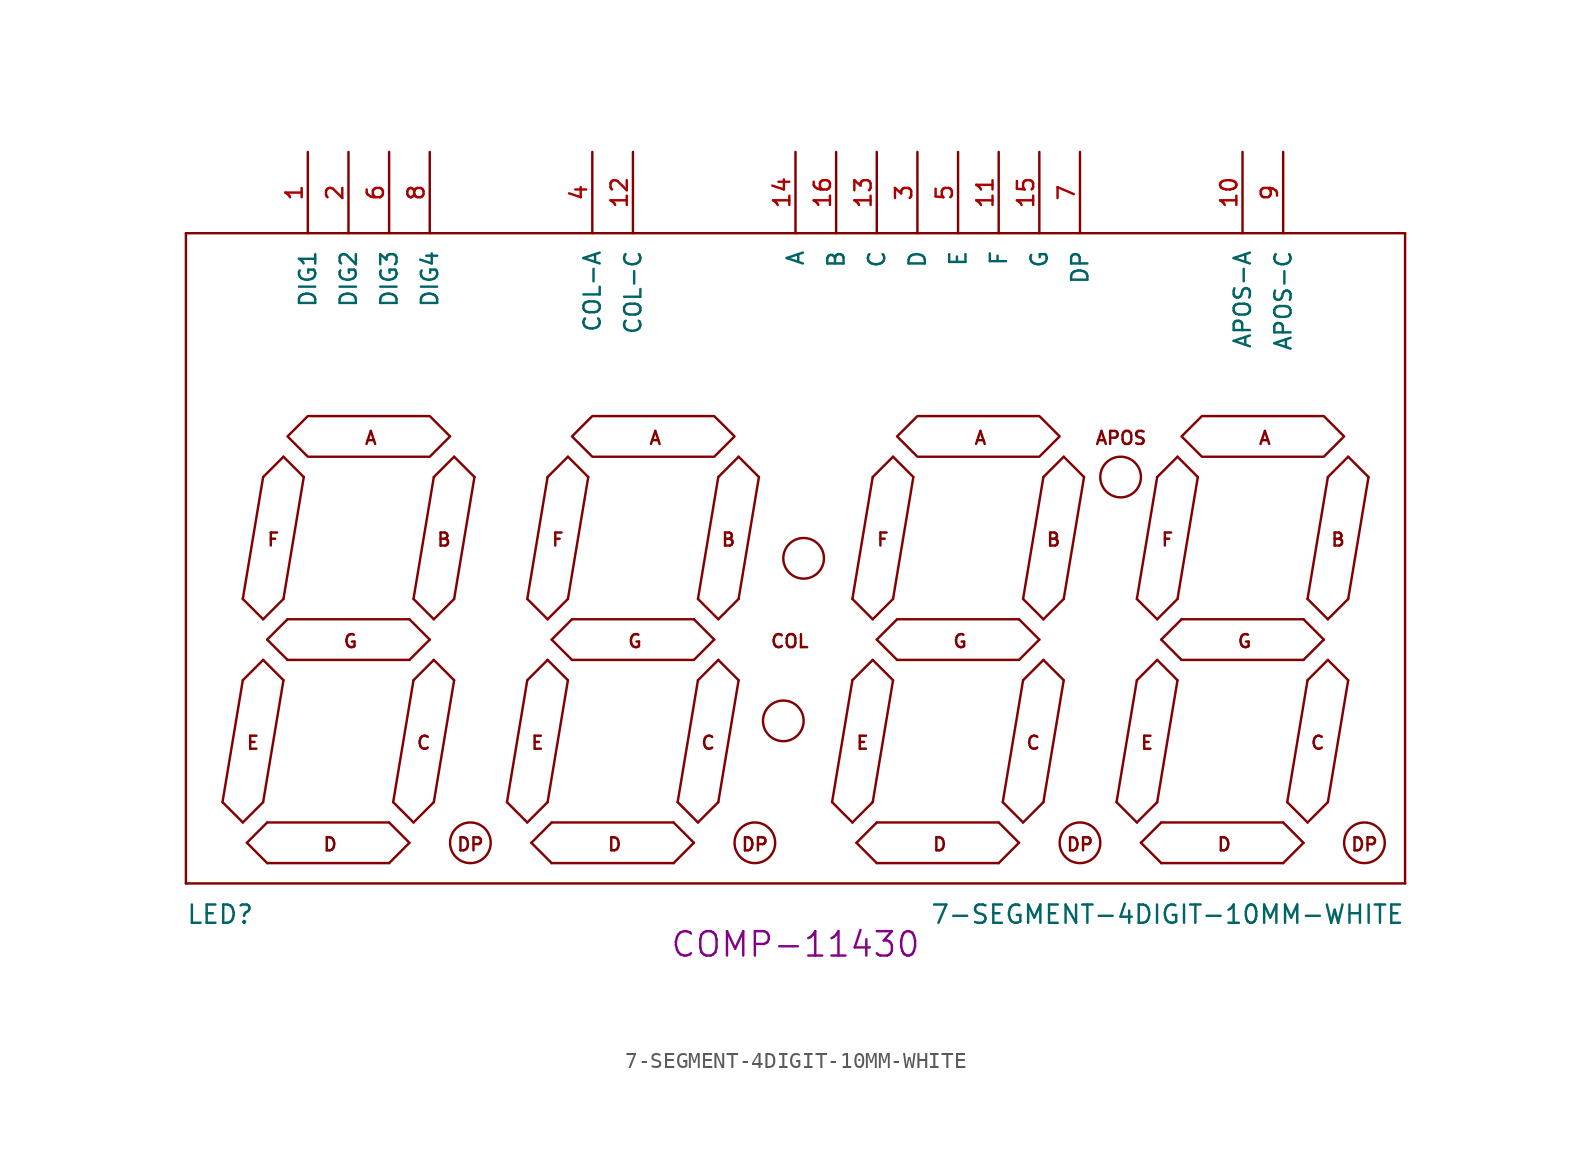
<source format=kicad_sym>
(kicad_symbol_lib
  (version 20211014)
  (generator kicad_symbol_editor)
  (symbol "7-SEGMENT-4DIGIT-10MM-WHITE"
    (pin_names
      (offset 1.016))
    (property "Reference" "LED"
      (at -38.1 -19.05 0)
      (effects (font (size 1.143 1.143)) (justify left top)))
    (property "Value" "7-SEGMENT-4DIGIT-10MM-WHITE"
      (at 38.1 -19.05 0)
      (effects (font (size 1.143 1.143)) (justify right top)))
    (property "Field4" "COMP-11430"
      (at 0 -21.59 0)
      (effects (font (size 1.524 1.524))))
    (property "ki_locked" ""
      (at 0 0 0)
      (effects (font (size 1.27 1.27))))
    (symbol "7-SEGMENT-4DIGIT-10MM-WHITE_1_0"
      (polyline (pts (xy -38.1 -17.78) (xy -38.1 22.86)) (stroke (width 0) (type default) (color 0 0 0 0)) (fill (type none)))
      (polyline (pts (xy -35.814 -12.7) (xy -34.544 -13.97)) (stroke (width 0) (type default) (color 0 0 0 0)) (fill (type none)))
      (polyline (pts (xy -34.544 -13.97) (xy -33.274 -12.7)) (stroke (width 0) (type default) (color 0 0 0 0)) (fill (type none)))
      (polyline (pts (xy -34.544 -5.08) (xy -35.814 -12.7)) (stroke (width 0) (type default) (color 0 0 0 0)) (fill (type none)))
      (polyline (pts (xy -34.544 0) (xy -33.274 -1.27)) (stroke (width 0) (type default) (color 0 0 0 0)) (fill (type none)))
      (polyline (pts (xy -34.29 -15.24) (xy -33.02 -16.51)) (stroke (width 0) (type default) (color 0 0 0 0)) (fill (type none)))
      (polyline (pts (xy -34.29 -15.24) (xy -33.02 -13.97)) (stroke (width 0) (type default) (color 0 0 0 0)) (fill (type none)))
      (polyline (pts (xy -33.274 -12.7) (xy -32.004 -5.08)) (stroke (width 0) (type default) (color 0 0 0 0)) (fill (type none)))
      (polyline (pts (xy -33.274 -3.81) (xy -34.544 -5.08)) (stroke (width 0) (type default) (color 0 0 0 0)) (fill (type none)))
      (polyline (pts (xy -33.274 -3.81) (xy -32.004 -5.08)) (stroke (width 0) (type default) (color 0 0 0 0)) (fill (type none)))
      (polyline (pts (xy -33.274 -1.27) (xy -32.004 0)) (stroke (width 0) (type default) (color 0 0 0 0)) (fill (type none)))
      (polyline (pts (xy -33.274 7.62) (xy -34.544 0)) (stroke (width 0) (type default) (color 0 0 0 0)) (fill (type none)))
      (polyline (pts (xy -33.02 -16.51) (xy -25.4 -16.51)) (stroke (width 0) (type default) (color 0 0 0 0)) (fill (type none)))
      (polyline (pts (xy -33.02 -2.54) (xy -31.75 -3.81)) (stroke (width 0) (type default) (color 0 0 0 0)) (fill (type none)))
      (polyline (pts (xy -33.02 -2.54) (xy -31.75 -1.27)) (stroke (width 0) (type default) (color 0 0 0 0)) (fill (type none)))
      (polyline (pts (xy -32.004 0) (xy -30.734 7.62)) (stroke (width 0) (type default) (color 0 0 0 0)) (fill (type none)))
      (polyline (pts (xy -32.004 8.89) (xy -33.274 7.62)) (stroke (width 0) (type default) (color 0 0 0 0)) (fill (type none)))
      (polyline (pts (xy -32.004 8.89) (xy -30.734 7.62)) (stroke (width 0) (type default) (color 0 0 0 0)) (fill (type none)))
      (polyline (pts (xy -31.75 -3.81) (xy -24.13 -3.81)) (stroke (width 0) (type default) (color 0 0 0 0)) (fill (type none)))
      (polyline (pts (xy -25.4 -16.51) (xy -24.13 -15.24)) (stroke (width 0) (type default) (color 0 0 0 0)) (fill (type none)))
      (polyline (pts (xy -25.4 -13.97) (xy -33.02 -13.97)) (stroke (width 0) (type default) (color 0 0 0 0)) (fill (type none)))
      (polyline (pts (xy -25.146 -12.7) (xy -23.876 -13.97)) (stroke (width 0) (type default) (color 0 0 0 0)) (fill (type none)))
      (polyline (pts (xy -24.13 -15.24) (xy -25.4 -13.97)) (stroke (width 0) (type default) (color 0 0 0 0)) (fill (type none)))
      (polyline (pts (xy -24.13 -3.81) (xy -22.86 -2.54)) (stroke (width 0) (type default) (color 0 0 0 0)) (fill (type none)))
      (polyline (pts (xy -24.13 -1.27) (xy -31.75 -1.27)) (stroke (width 0) (type default) (color 0 0 0 0)) (fill (type none)))
      (polyline (pts (xy -23.876 -13.97) (xy -22.606 -12.7)) (stroke (width 0) (type default) (color 0 0 0 0)) (fill (type none)))
      (polyline (pts (xy -23.876 -5.08) (xy -25.146 -12.7)) (stroke (width 0) (type default) (color 0 0 0 0)) (fill (type none)))
      (polyline (pts (xy -23.876 0) (xy -22.606 -1.27)) (stroke (width 0) (type default) (color 0 0 0 0)) (fill (type none)))
      (polyline (pts (xy -22.86 -2.54) (xy -24.13 -1.27)) (stroke (width 0) (type default) (color 0 0 0 0)) (fill (type none)))
      (polyline (pts (xy -22.606 -12.7) (xy -21.336 -5.08)) (stroke (width 0) (type default) (color 0 0 0 0)) (fill (type none)))
      (polyline (pts (xy -22.606 -3.81) (xy -23.876 -5.08)) (stroke (width 0) (type default) (color 0 0 0 0)) (fill (type none)))
      (polyline (pts (xy -22.606 -3.81) (xy -21.336 -5.08)) (stroke (width 0) (type default) (color 0 0 0 0)) (fill (type none)))
      (polyline (pts (xy -22.606 -1.27) (xy -21.336 0)) (stroke (width 0) (type default) (color 0 0 0 0)) (fill (type none)))
      (polyline (pts (xy -22.606 7.62) (xy -23.876 0)) (stroke (width 0) (type default) (color 0 0 0 0)) (fill (type none)))
      (polyline (pts (xy -21.336 0) (xy -20.066 7.62)) (stroke (width 0) (type default) (color 0 0 0 0)) (fill (type none)))
      (polyline (pts (xy -21.336 8.89) (xy -22.606 7.62)) (stroke (width 0) (type default) (color 0 0 0 0)) (fill (type none)))
      (polyline (pts (xy -21.336 8.89) (xy -20.066 7.62)) (stroke (width 0) (type default) (color 0 0 0 0)) (fill (type none)))
      (polyline (pts (xy -18.034 -12.7) (xy -16.764 -13.97)) (stroke (width 0) (type default) (color 0 0 0 0)) (fill (type none)))
      (polyline (pts (xy -16.764 -13.97) (xy -15.494 -12.7)) (stroke (width 0) (type default) (color 0 0 0 0)) (fill (type none)))
      (polyline (pts (xy -16.764 -5.08) (xy -18.034 -12.7)) (stroke (width 0) (type default) (color 0 0 0 0)) (fill (type none)))
      (polyline (pts (xy -16.764 0) (xy -15.494 -1.27)) (stroke (width 0) (type default) (color 0 0 0 0)) (fill (type none)))
      (polyline (pts (xy -16.51 -15.24) (xy -15.24 -16.51)) (stroke (width 0) (type default) (color 0 0 0 0)) (fill (type none)))
      (polyline (pts (xy -16.51 -15.24) (xy -15.24 -13.97)) (stroke (width 0) (type default) (color 0 0 0 0)) (fill (type none)))
      (polyline (pts (xy -15.494 -12.7) (xy -14.224 -5.08)) (stroke (width 0) (type default) (color 0 0 0 0)) (fill (type none)))
      (polyline (pts (xy -15.494 -3.81) (xy -16.764 -5.08)) (stroke (width 0) (type default) (color 0 0 0 0)) (fill (type none)))
      (polyline (pts (xy -15.494 -3.81) (xy -14.224 -5.08)) (stroke (width 0) (type default) (color 0 0 0 0)) (fill (type none)))
      (polyline (pts (xy -15.494 -1.27) (xy -14.224 0)) (stroke (width 0) (type default) (color 0 0 0 0)) (fill (type none)))
      (polyline (pts (xy -15.494 7.62) (xy -16.764 0)) (stroke (width 0) (type default) (color 0 0 0 0)) (fill (type none)))
      (polyline (pts (xy -15.24 -16.51) (xy -7.62 -16.51)) (stroke (width 0) (type default) (color 0 0 0 0)) (fill (type none)))
      (polyline (pts (xy -15.24 -2.54) (xy -13.97 -3.81)) (stroke (width 0) (type default) (color 0 0 0 0)) (fill (type none)))
      (polyline (pts (xy -15.24 -2.54) (xy -13.97 -1.27)) (stroke (width 0) (type default) (color 0 0 0 0)) (fill (type none)))
      (polyline (pts (xy -14.224 0) (xy -12.954 7.62)) (stroke (width 0) (type default) (color 0 0 0 0)) (fill (type none)))
      (polyline (pts (xy -14.224 8.89) (xy -15.494 7.62)) (stroke (width 0) (type default) (color 0 0 0 0)) (fill (type none)))
      (polyline (pts (xy -14.224 8.89) (xy -12.954 7.62)) (stroke (width 0) (type default) (color 0 0 0 0)) (fill (type none)))
      (polyline (pts (xy -13.97 -3.81) (xy -6.35 -3.81)) (stroke (width 0) (type default) (color 0 0 0 0)) (fill (type none)))
      (polyline (pts (xy -7.62 -16.51) (xy -6.35 -15.24)) (stroke (width 0) (type default) (color 0 0 0 0)) (fill (type none)))
      (polyline (pts (xy -7.62 -13.97) (xy -15.24 -13.97)) (stroke (width 0) (type default) (color 0 0 0 0)) (fill (type none)))
      (polyline (pts (xy -7.366 -12.7) (xy -6.096 -13.97)) (stroke (width 0) (type default) (color 0 0 0 0)) (fill (type none)))
      (polyline (pts (xy -6.35 -15.24) (xy -7.62 -13.97)) (stroke (width 0) (type default) (color 0 0 0 0)) (fill (type none)))
      (polyline (pts (xy -6.35 -3.81) (xy -5.08 -2.54)) (stroke (width 0) (type default) (color 0 0 0 0)) (fill (type none)))
      (polyline (pts (xy -6.35 -1.27) (xy -13.97 -1.27)) (stroke (width 0) (type default) (color 0 0 0 0)) (fill (type none)))
      (polyline (pts (xy -6.096 -13.97) (xy -4.826 -12.7)) (stroke (width 0) (type default) (color 0 0 0 0)) (fill (type none)))
      (polyline (pts (xy -6.096 -5.08) (xy -7.366 -12.7)) (stroke (width 0) (type default) (color 0 0 0 0)) (fill (type none)))
      (polyline (pts (xy -6.096 0) (xy -4.826 -1.27)) (stroke (width 0) (type default) (color 0 0 0 0)) (fill (type none)))
      (polyline (pts (xy -5.08 -2.54) (xy -6.35 -1.27)) (stroke (width 0) (type default) (color 0 0 0 0)) (fill (type none)))
      (polyline (pts (xy -4.826 -12.7) (xy -3.556 -5.08)) (stroke (width 0) (type default) (color 0 0 0 0)) (fill (type none)))
      (polyline (pts (xy -4.826 -3.81) (xy -6.096 -5.08)) (stroke (width 0) (type default) (color 0 0 0 0)) (fill (type none)))
      (polyline (pts (xy -4.826 -3.81) (xy -3.556 -5.08)) (stroke (width 0) (type default) (color 0 0 0 0)) (fill (type none)))
      (polyline (pts (xy -4.826 -1.27) (xy -3.556 0)) (stroke (width 0) (type default) (color 0 0 0 0)) (fill (type none)))
      (polyline (pts (xy -4.826 7.62) (xy -6.096 0)) (stroke (width 0) (type default) (color 0 0 0 0)) (fill (type none)))
      (polyline (pts (xy -3.556 0) (xy -2.286 7.62)) (stroke (width 0) (type default) (color 0 0 0 0)) (fill (type none)))
      (polyline (pts (xy -3.556 8.89) (xy -4.826 7.62)) (stroke (width 0) (type default) (color 0 0 0 0)) (fill (type none)))
      (polyline (pts (xy -3.556 8.89) (xy -2.286 7.62)) (stroke (width 0) (type default) (color 0 0 0 0)) (fill (type none)))
      (polyline (pts (xy 2.286 -12.7) (xy 3.556 -13.97)) (stroke (width 0) (type default) (color 0 0 0 0)) (fill (type none)))
      (polyline (pts (xy 3.556 -13.97) (xy 4.826 -12.7)) (stroke (width 0) (type default) (color 0 0 0 0)) (fill (type none)))
      (polyline (pts (xy 3.556 -5.08) (xy 2.286 -12.7)) (stroke (width 0) (type default) (color 0 0 0 0)) (fill (type none)))
      (polyline (pts (xy 3.556 0) (xy 4.826 -1.27)) (stroke (width 0) (type default) (color 0 0 0 0)) (fill (type none)))
      (polyline (pts (xy 3.81 -15.24) (xy 5.08 -16.51)) (stroke (width 0) (type default) (color 0 0 0 0)) (fill (type none)))
      (polyline (pts (xy 3.81 -15.24) (xy 5.08 -13.97)) (stroke (width 0) (type default) (color 0 0 0 0)) (fill (type none)))
      (polyline (pts (xy 4.826 -12.7) (xy 6.096 -5.08)) (stroke (width 0) (type default) (color 0 0 0 0)) (fill (type none)))
      (polyline (pts (xy 4.826 -3.81) (xy 3.556 -5.08)) (stroke (width 0) (type default) (color 0 0 0 0)) (fill (type none)))
      (polyline (pts (xy 4.826 -3.81) (xy 6.096 -5.08)) (stroke (width 0) (type default) (color 0 0 0 0)) (fill (type none)))
      (polyline (pts (xy 4.826 -1.27) (xy 6.096 0)) (stroke (width 0) (type default) (color 0 0 0 0)) (fill (type none)))
      (polyline (pts (xy 4.826 7.62) (xy 3.556 0)) (stroke (width 0) (type default) (color 0 0 0 0)) (fill (type none)))
      (polyline (pts (xy 5.08 -16.51) (xy 12.7 -16.51)) (stroke (width 0) (type default) (color 0 0 0 0)) (fill (type none)))
      (polyline (pts (xy 5.08 -2.54) (xy 6.35 -3.81)) (stroke (width 0) (type default) (color 0 0 0 0)) (fill (type none)))
      (polyline (pts (xy 5.08 -2.54) (xy 6.35 -1.27)) (stroke (width 0) (type default) (color 0 0 0 0)) (fill (type none)))
      (polyline (pts (xy 6.096 0) (xy 7.366 7.62)) (stroke (width 0) (type default) (color 0 0 0 0)) (fill (type none)))
      (polyline (pts (xy 6.096 8.89) (xy 4.826 7.62)) (stroke (width 0) (type default) (color 0 0 0 0)) (fill (type none)))
      (polyline (pts (xy 6.096 8.89) (xy 7.366 7.62)) (stroke (width 0) (type default) (color 0 0 0 0)) (fill (type none)))
      (polyline (pts (xy 6.35 -3.81) (xy 13.97 -3.81)) (stroke (width 0) (type default) (color 0 0 0 0)) (fill (type none)))
      (polyline (pts (xy 12.7 -16.51) (xy 13.97 -15.24)) (stroke (width 0) (type default) (color 0 0 0 0)) (fill (type none)))
      (polyline (pts (xy 12.7 -13.97) (xy 5.08 -13.97)) (stroke (width 0) (type default) (color 0 0 0 0)) (fill (type none)))
      (polyline (pts (xy 12.954 -12.7) (xy 14.224 -13.97)) (stroke (width 0) (type default) (color 0 0 0 0)) (fill (type none)))
      (polyline (pts (xy 13.97 -15.24) (xy 12.7 -13.97)) (stroke (width 0) (type default) (color 0 0 0 0)) (fill (type none)))
      (polyline (pts (xy 13.97 -3.81) (xy 15.24 -2.54)) (stroke (width 0) (type default) (color 0 0 0 0)) (fill (type none)))
      (polyline (pts (xy 13.97 -1.27) (xy 6.35 -1.27)) (stroke (width 0) (type default) (color 0 0 0 0)) (fill (type none)))
      (polyline (pts (xy 14.224 -13.97) (xy 15.494 -12.7)) (stroke (width 0) (type default) (color 0 0 0 0)) (fill (type none)))
      (polyline (pts (xy 14.224 -5.08) (xy 12.954 -12.7)) (stroke (width 0) (type default) (color 0 0 0 0)) (fill (type none)))
      (polyline (pts (xy 14.224 0) (xy 15.494 -1.27)) (stroke (width 0) (type default) (color 0 0 0 0)) (fill (type none)))
      (polyline (pts (xy 15.24 -2.54) (xy 13.97 -1.27)) (stroke (width 0) (type default) (color 0 0 0 0)) (fill (type none)))
      (polyline (pts (xy 15.494 -12.7) (xy 16.764 -5.08)) (stroke (width 0) (type default) (color 0 0 0 0)) (fill (type none)))
      (polyline (pts (xy 15.494 -3.81) (xy 14.224 -5.08)) (stroke (width 0) (type default) (color 0 0 0 0)) (fill (type none)))
      (polyline (pts (xy 15.494 -3.81) (xy 16.764 -5.08)) (stroke (width 0) (type default) (color 0 0 0 0)) (fill (type none)))
      (polyline (pts (xy 15.494 -1.27) (xy 16.764 0)) (stroke (width 0) (type default) (color 0 0 0 0)) (fill (type none)))
      (polyline (pts (xy 15.494 7.62) (xy 14.224 0)) (stroke (width 0) (type default) (color 0 0 0 0)) (fill (type none)))
      (polyline (pts (xy 16.764 0) (xy 18.034 7.62)) (stroke (width 0) (type default) (color 0 0 0 0)) (fill (type none)))
      (polyline (pts (xy 16.764 8.89) (xy 15.494 7.62)) (stroke (width 0) (type default) (color 0 0 0 0)) (fill (type none)))
      (polyline (pts (xy 16.764 8.89) (xy 18.034 7.62)) (stroke (width 0) (type default) (color 0 0 0 0)) (fill (type none)))
      (polyline (pts (xy 20.066 -12.7) (xy 21.336 -13.97)) (stroke (width 0) (type default) (color 0 0 0 0)) (fill (type none)))
      (polyline (pts (xy 21.336 -13.97) (xy 22.606 -12.7)) (stroke (width 0) (type default) (color 0 0 0 0)) (fill (type none)))
      (polyline (pts (xy 21.336 -5.08) (xy 20.066 -12.7)) (stroke (width 0) (type default) (color 0 0 0 0)) (fill (type none)))
      (polyline (pts (xy 21.336 0) (xy 22.606 -1.27)) (stroke (width 0) (type default) (color 0 0 0 0)) (fill (type none)))
      (polyline (pts (xy 21.59 -15.24) (xy 22.86 -16.51)) (stroke (width 0) (type default) (color 0 0 0 0)) (fill (type none)))
      (polyline (pts (xy 21.59 -15.24) (xy 22.86 -13.97)) (stroke (width 0) (type default) (color 0 0 0 0)) (fill (type none)))
      (polyline (pts (xy 22.606 -12.7) (xy 23.876 -5.08)) (stroke (width 0) (type default) (color 0 0 0 0)) (fill (type none)))
      (polyline (pts (xy 22.606 -3.81) (xy 21.336 -5.08)) (stroke (width 0) (type default) (color 0 0 0 0)) (fill (type none)))
      (polyline (pts (xy 22.606 -3.81) (xy 23.876 -5.08)) (stroke (width 0) (type default) (color 0 0 0 0)) (fill (type none)))
      (polyline (pts (xy 22.606 -1.27) (xy 23.876 0)) (stroke (width 0) (type default) (color 0 0 0 0)) (fill (type none)))
      (polyline (pts (xy 22.606 7.62) (xy 21.336 0)) (stroke (width 0) (type default) (color 0 0 0 0)) (fill (type none)))
      (polyline (pts (xy 22.86 -16.51) (xy 30.48 -16.51)) (stroke (width 0) (type default) (color 0 0 0 0)) (fill (type none)))
      (polyline (pts (xy 22.86 -2.54) (xy 24.13 -3.81)) (stroke (width 0) (type default) (color 0 0 0 0)) (fill (type none)))
      (polyline (pts (xy 22.86 -2.54) (xy 24.13 -1.27)) (stroke (width 0) (type default) (color 0 0 0 0)) (fill (type none)))
      (polyline (pts (xy 23.876 0) (xy 25.146 7.62)) (stroke (width 0) (type default) (color 0 0 0 0)) (fill (type none)))
      (polyline (pts (xy 23.876 8.89) (xy 22.606 7.62)) (stroke (width 0) (type default) (color 0 0 0 0)) (fill (type none)))
      (polyline (pts (xy 23.876 8.89) (xy 25.146 7.62)) (stroke (width 0) (type default) (color 0 0 0 0)) (fill (type none)))
      (polyline (pts (xy 24.13 -3.81) (xy 31.75 -3.81)) (stroke (width 0) (type default) (color 0 0 0 0)) (fill (type none)))
      (polyline (pts (xy 30.48 -16.51) (xy 31.75 -15.24)) (stroke (width 0) (type default) (color 0 0 0 0)) (fill (type none)))
      (polyline (pts (xy 30.48 -13.97) (xy 22.86 -13.97)) (stroke (width 0) (type default) (color 0 0 0 0)) (fill (type none)))
      (polyline (pts (xy 30.734 -12.7) (xy 32.004 -13.97)) (stroke (width 0) (type default) (color 0 0 0 0)) (fill (type none)))
      (polyline (pts (xy 31.75 -15.24) (xy 30.48 -13.97)) (stroke (width 0) (type default) (color 0 0 0 0)) (fill (type none)))
      (polyline (pts (xy 31.75 -3.81) (xy 33.02 -2.54)) (stroke (width 0) (type default) (color 0 0 0 0)) (fill (type none)))
      (polyline (pts (xy 31.75 -1.27) (xy 24.13 -1.27)) (stroke (width 0) (type default) (color 0 0 0 0)) (fill (type none)))
      (polyline (pts (xy 32.004 -13.97) (xy 33.274 -12.7)) (stroke (width 0) (type default) (color 0 0 0 0)) (fill (type none)))
      (polyline (pts (xy 32.004 -5.08) (xy 30.734 -12.7)) (stroke (width 0) (type default) (color 0 0 0 0)) (fill (type none)))
      (polyline (pts (xy 32.004 0) (xy 33.274 -1.27)) (stroke (width 0) (type default) (color 0 0 0 0)) (fill (type none)))
      (polyline (pts (xy 33.02 -2.54) (xy 31.75 -1.27)) (stroke (width 0) (type default) (color 0 0 0 0)) (fill (type none)))
      (polyline (pts (xy 33.274 -12.7) (xy 34.544 -5.08)) (stroke (width 0) (type default) (color 0 0 0 0)) (fill (type none)))
      (polyline (pts (xy 33.274 -3.81) (xy 32.004 -5.08)) (stroke (width 0) (type default) (color 0 0 0 0)) (fill (type none)))
      (polyline (pts (xy 33.274 -3.81) (xy 34.544 -5.08)) (stroke (width 0) (type default) (color 0 0 0 0)) (fill (type none)))
      (polyline (pts (xy 33.274 -1.27) (xy 34.544 0)) (stroke (width 0) (type default) (color 0 0 0 0)) (fill (type none)))
      (polyline (pts (xy 33.274 7.62) (xy 32.004 0)) (stroke (width 0) (type default) (color 0 0 0 0)) (fill (type none)))
      (polyline (pts (xy 34.544 0) (xy 35.814 7.62)) (stroke (width 0) (type default) (color 0 0 0 0)) (fill (type none)))
      (polyline (pts (xy 34.544 8.89) (xy 33.274 7.62)) (stroke (width 0) (type default) (color 0 0 0 0)) (fill (type none)))
      (polyline (pts (xy 34.544 8.89) (xy 35.814 7.62)) (stroke (width 0) (type default) (color 0 0 0 0)) (fill (type none)))
      (polyline (pts (xy 38.1 -17.78) (xy -38.1 -17.78)) (stroke (width 0) (type default) (color 0 0 0 0)) (fill (type none)))
      (polyline (pts (xy 38.1 22.86) (xy -38.1 22.86)) (stroke (width 0) (type default) (color 0 0 0 0)) (fill (type none)))
      (polyline (pts (xy 38.1 22.86) (xy 38.1 -17.78)) (stroke (width 0) (type default) (color 0 0 0 0)) (fill (type none)))
      (text "A" (at -26.543 10.058 0) (effects (font (size 0.813 0.813))))
      (text "A" (at -8.763 10.058 0) (effects (font (size 0.813 0.813))))
      (text "A" (at 11.557 10.058 0) (effects (font (size 0.813 0.813))))
      (text "A" (at 29.337 10.058 0) (effects (font (size 0.813 0.813))))
      (text "APOS" (at 20.345 10.058 0) (effects (font (size 0.813 0.813))))
      (text "B" (at -21.971 3.708 0) (effects (font (size 0.813 0.813))))
      (text "B" (at -4.191 3.708 0) (effects (font (size 0.813 0.813))))
      (text "B" (at 16.129 3.708 0) (effects (font (size 0.813 0.813))))
      (text "B" (at 33.909 3.708 0) (effects (font (size 0.813 0.813))))
      (text "C" (at -23.241 -8.992 0) (effects (font (size 0.813 0.813))))
      (text "C" (at -5.461 -8.992 0) (effects (font (size 0.813 0.813))))
      (text "C" (at 14.859 -8.992 0) (effects (font (size 0.813 0.813))))
      (text "C" (at 32.639 -8.992 0) (effects (font (size 0.813 0.813))))
      (text "COL" (at -0.356 -2.642 0) (effects (font (size 0.813 0.813))))
      (text "D" (at -29.083 -15.342 0) (effects (font (size 0.813 0.813))))
      (text "D" (at -11.303 -15.342 0) (effects (font (size 0.813 0.813))))
      (text "D" (at 9.017 -15.342 0) (effects (font (size 0.813 0.813))))
      (text "D" (at 26.797 -15.342 0) (effects (font (size 0.813 0.813))))
      (text "DP" (at -20.32 -15.342 0) (effects (font (size 0.813 0.813))))
      (text "DP" (at -2.54 -15.342 0) (effects (font (size 0.813 0.813))))
      (text "DP" (at 17.78 -15.342 0) (effects (font (size 0.813 0.813))))
      (text "DP" (at 35.56 -15.342 0) (effects (font (size 0.813 0.813))))
      (text "E" (at -33.909 -8.992 0) (effects (font (size 0.813 0.813))))
      (text "E" (at -16.129 -8.992 0) (effects (font (size 0.813 0.813))))
      (text "E" (at 4.191 -8.992 0) (effects (font (size 0.813 0.813))))
      (text "E" (at 21.971 -8.992 0) (effects (font (size 0.813 0.813))))
      (text "F" (at -32.639 3.708 0) (effects (font (size 0.813 0.813))))
      (text "F" (at -14.859 3.708 0) (effects (font (size 0.813 0.813))))
      (text "F" (at 5.461 3.708 0) (effects (font (size 0.813 0.813))))
      (text "F" (at 23.241 3.708 0) (effects (font (size 0.813 0.813))))
      (text "G" (at -27.813 -2.642 0) (effects (font (size 0.813 0.813))))
      (text "G" (at -10.033 -2.642 0) (effects (font (size 0.813 0.813))))
      (text "G" (at 10.287 -2.642 0) (effects (font (size 0.813 0.813))))
      (text "G" (at 28.067 -2.642 0) (effects (font (size 0.813 0.813)))))
    (symbol "7-SEGMENT-4DIGIT-10MM-WHITE_1_1"
      (circle (center -20.32 -15.24) (radius 1.27) (stroke (width 0) (type default) (color 0 0 0 0)) (fill (type none)))
      (circle (center -2.54 -15.24) (radius 1.27) (stroke (width 0) (type default) (color 0 0 0 0)) (fill (type none)))
      (circle (center -0.762 -7.62) (radius 1.27) (stroke (width 0) (type default) (color 0 0 0 0)) (fill (type none)))
      (polyline (pts (xy -22.86 11.43) (xy -21.59 10.16) (xy -22.86 8.89) (xy -30.48 8.89) (xy -31.75 10.16) (xy -30.48 11.43) (xy -22.86 11.43)) (stroke (width 0) (type default) (color 0 0 0 0)) (fill (type none)))
      (polyline (pts (xy -5.08 11.43) (xy -3.81 10.16) (xy -5.08 8.89) (xy -12.7 8.89) (xy -13.97 10.16) (xy -12.7 11.43) (xy -5.08 11.43)) (stroke (width 0) (type default) (color 0 0 0 0)) (fill (type none)))
      (polyline (pts (xy 15.24 11.43) (xy 16.51 10.16) (xy 15.24 8.89) (xy 7.62 8.89) (xy 6.35 10.16) (xy 7.62 11.43) (xy 15.24 11.43)) (stroke (width 0) (type default) (color 0 0 0 0)) (fill (type none)))
      (polyline (pts (xy 33.02 11.43) (xy 34.29 10.16) (xy 33.02 8.89) (xy 25.4 8.89) (xy 24.13 10.16) (xy 25.4 11.43) (xy 33.02 11.43)) (stroke (width 0) (type default) (color 0 0 0 0)) (fill (type none)))
      (circle (center 0.508 2.54) (radius 1.27) (stroke (width 0) (type default) (color 0 0 0 0)) (fill (type none)))
      (circle (center 17.78 -15.24) (radius 1.27) (stroke (width 0) (type default) (color 0 0 0 0)) (fill (type none)))
      (circle (center 20.32 7.62) (radius 1.27) (stroke (width 0) (type default) (color 0 0 0 0)) (fill (type none)))
      (circle (center 35.56 -15.24) (radius 1.27) (stroke (width 0) (type default) (color 0 0 0 0)) (fill (type none)))
      (pin bidirectional line (at -30.48 27.94 270) (length 5.08) (name "DIG1" (effects (font (size 1.016 1.016)))) (number "1" (effects (font (size 1.016 1.016)))))
      (pin bidirectional line (at 27.94 27.94 270) (length 5.08) (name "APOS-A" (effects (font (size 1.016 1.016)))) (number "10" (effects (font (size 1.016 1.016)))))
      (pin bidirectional line (at 12.7 27.94 270) (length 5.08) (name "F" (effects (font (size 1.016 1.016)))) (number "11" (effects (font (size 1.016 1.016)))))
      (pin bidirectional line (at -10.16 27.94 270) (length 5.08) (name "COL-C" (effects (font (size 1.016 1.016)))) (number "12" (effects (font (size 1.016 1.016)))))
      (pin bidirectional line (at 5.08 27.94 270) (length 5.08) (name "C" (effects (font (size 1.016 1.016)))) (number "13" (effects (font (size 1.016 1.016)))))
      (pin bidirectional line (at 0 27.94 270) (length 5.08) (name "A" (effects (font (size 1.016 1.016)))) (number "14" (effects (font (size 1.016 1.016)))))
      (pin bidirectional line (at 15.24 27.94 270) (length 5.08) (name "G" (effects (font (size 1.016 1.016)))) (number "15" (effects (font (size 1.016 1.016)))))
      (pin bidirectional line (at 2.54 27.94 270) (length 5.08) (name "B" (effects (font (size 1.016 1.016)))) (number "16" (effects (font (size 1.016 1.016)))))
      (pin bidirectional line (at -27.94 27.94 270) (length 5.08) (name "DIG2" (effects (font (size 1.016 1.016)))) (number "2" (effects (font (size 1.016 1.016)))))
      (pin bidirectional line (at 7.62 27.94 270) (length 5.08) (name "D" (effects (font (size 1.016 1.016)))) (number "3" (effects (font (size 1.016 1.016)))))
      (pin bidirectional line (at -12.7 27.94 270) (length 5.08) (name "COL-A" (effects (font (size 1.016 1.016)))) (number "4" (effects (font (size 1.016 1.016)))))
      (pin bidirectional line (at 10.16 27.94 270) (length 5.08) (name "E" (effects (font (size 1.016 1.016)))) (number "5" (effects (font (size 1.016 1.016)))))
      (pin bidirectional line (at -25.4 27.94 270) (length 5.08) (name "DIG3" (effects (font (size 1.016 1.016)))) (number "6" (effects (font (size 1.016 1.016)))))
      (pin bidirectional line (at 17.78 27.94 270) (length 5.08) (name "DP" (effects (font (size 1.016 1.016)))) (number "7" (effects (font (size 1.016 1.016)))))
      (pin bidirectional line (at -22.86 27.94 270) (length 5.08) (name "DIG4" (effects (font (size 1.016 1.016)))) (number "8" (effects (font (size 1.016 1.016)))))
      (pin bidirectional line (at 30.48 27.94 270) (length 5.08) (name "APOS-C" (effects (font (size 1.016 1.016)))) (number "9" (effects (font (size 1.016 1.016))))))))
</source>
